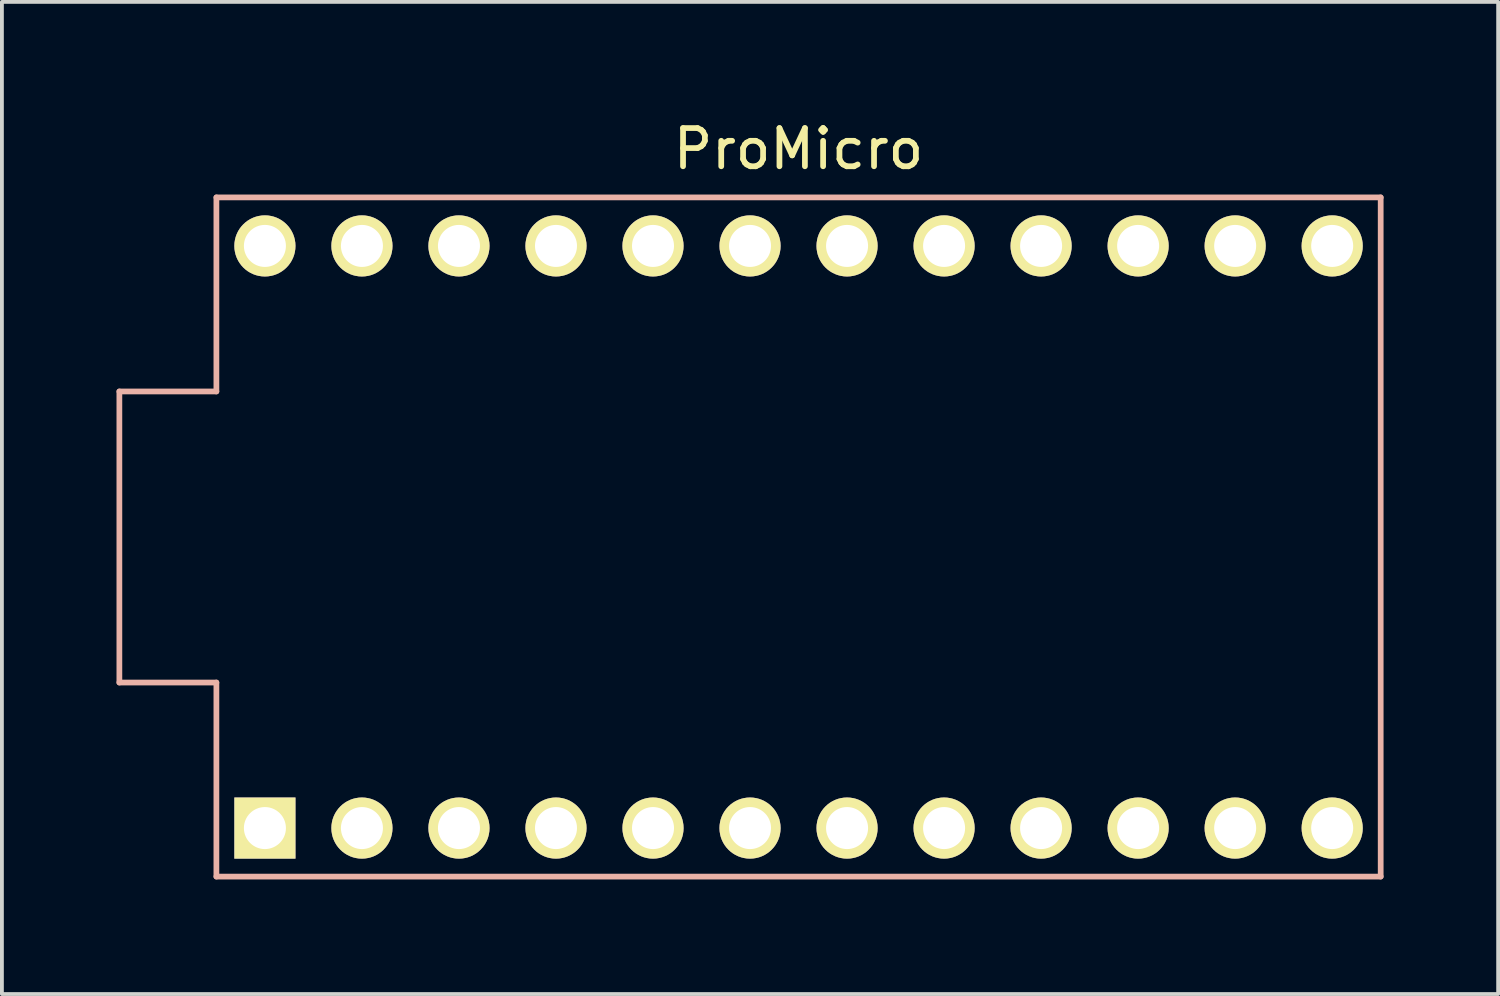
<source format=kicad_pcb>
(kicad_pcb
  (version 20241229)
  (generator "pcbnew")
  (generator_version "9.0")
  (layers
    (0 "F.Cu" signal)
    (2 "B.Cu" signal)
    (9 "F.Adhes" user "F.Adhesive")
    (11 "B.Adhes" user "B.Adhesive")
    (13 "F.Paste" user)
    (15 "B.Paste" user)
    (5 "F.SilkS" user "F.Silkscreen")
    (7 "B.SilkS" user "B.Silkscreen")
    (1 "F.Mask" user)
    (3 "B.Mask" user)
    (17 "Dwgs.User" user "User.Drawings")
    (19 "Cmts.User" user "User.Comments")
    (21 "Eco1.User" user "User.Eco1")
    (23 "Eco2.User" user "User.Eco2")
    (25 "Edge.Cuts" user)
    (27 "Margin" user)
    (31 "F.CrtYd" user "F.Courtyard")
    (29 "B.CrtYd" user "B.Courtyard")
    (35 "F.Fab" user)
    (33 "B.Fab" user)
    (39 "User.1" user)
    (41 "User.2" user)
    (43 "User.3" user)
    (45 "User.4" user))
  (footprint "ProMicro"
    (layer "F.Cu")
    (at 17.855 11.008)
    (property "Reference" "ProMicro" (at 0 -10.16 0) (layer "F.SilkS") (effects (font (size 1 1) (thickness 0.15))))
    (attr through_hole)
    (fp_line (start -17.78 -3.81) (end -15.24 -3.81) (stroke (width 0.15) (type solid)) (layer "B.SilkS"))
    (fp_line (start -17.78 3.81) (end -17.78 -3.81) (stroke (width 0.15) (type solid)) (layer "B.SilkS"))
    (fp_line (start -15.24 -8.89) (end 15.24 -8.89) (stroke (width 0.15) (type solid)) (layer "B.SilkS"))
    (fp_line (start -15.24 -3.81) (end -15.24 -8.89) (stroke (width 0.15) (type solid)) (layer "B.SilkS"))
    (fp_line (start -15.24 3.81) (end -17.78 3.81) (stroke (width 0.15) (type solid)) (layer "B.SilkS"))
    (fp_line (start -15.24 8.89) (end -15.24 3.81) (stroke (width 0.15) (type solid)) (layer "B.SilkS"))
    (fp_line (start -15.24 8.89) (end 15.24 8.89) (stroke (width 0.15) (type solid)) (layer "B.SilkS"))
    (fp_line (start 15.24 -8.89) (end 15.24 8.89) (stroke (width 0.15) (type solid)) (layer "B.SilkS"))
    (pad "1" thru_hole rect (at -13.97 7.62) (size 1.6 1.6) (drill 1.1) (layers "*.Cu" "*.Mask" "F.SilkS"))
    (pad "2" thru_hole circle (at -11.43 7.62) (size 1.6 1.6) (drill 1.1) (layers "*.Cu" "*.Mask" "F.SilkS"))
    (pad "3" thru_hole circle (at -8.89 7.62) (size 1.6 1.6) (drill 1.1) (layers "*.Cu" "*.Mask" "F.SilkS"))
    (pad "4" thru_hole circle (at -6.35 7.62) (size 1.6 1.6) (drill 1.1) (layers "*.Cu" "*.Mask" "F.SilkS"))
    (pad "5" thru_hole circle (at -3.81 7.62) (size 1.6 1.6) (drill 1.1) (layers "*.Cu" "*.Mask" "F.SilkS"))
    (pad "6" thru_hole circle (at -1.27 7.62) (size 1.6 1.6) (drill 1.1) (layers "*.Cu" "*.Mask" "F.SilkS"))
    (pad "7" thru_hole circle (at 1.27 7.62) (size 1.6 1.6) (drill 1.1) (layers "*.Cu" "*.Mask" "F.SilkS"))
    (pad "8" thru_hole circle (at 3.81 7.62) (size 1.6 1.6) (drill 1.1) (layers "*.Cu" "*.Mask" "F.SilkS"))
    (pad "9" thru_hole circle (at 6.35 7.62) (size 1.6 1.6) (drill 1.1) (layers "*.Cu" "*.Mask" "F.SilkS"))
    (pad "10" thru_hole circle (at 8.89 7.62) (size 1.6 1.6) (drill 1.1) (layers "*.Cu" "*.Mask" "F.SilkS"))
    (pad "11" thru_hole circle (at 11.43 7.62) (size 1.6 1.6) (drill 1.1) (layers "*.Cu" "*.Mask" "F.SilkS"))
    (pad "12" thru_hole circle (at 13.97 7.62) (size 1.6 1.6) (drill 1.1) (layers "*.Cu" "*.Mask" "F.SilkS"))
    (pad "13" thru_hole circle (at 13.97 -7.62) (size 1.6 1.6) (drill 1.1) (layers "*.Cu" "*.Mask" "F.SilkS"))
    (pad "14" thru_hole circle (at 11.43 -7.62) (size 1.6 1.6) (drill 1.1) (layers "*.Cu" "*.Mask" "F.SilkS"))
    (pad "15" thru_hole circle (at 8.89 -7.62) (size 1.6 1.6) (drill 1.1) (layers "*.Cu" "*.Mask" "F.SilkS"))
    (pad "16" thru_hole circle (at 6.35 -7.62) (size 1.6 1.6) (drill 1.1) (layers "*.Cu" "*.Mask" "F.SilkS"))
    (pad "17" thru_hole circle (at 3.81 -7.62) (size 1.6 1.6) (drill 1.1) (layers "*.Cu" "*.Mask" "F.SilkS"))
    (pad "18" thru_hole circle (at 1.27 -7.62) (size 1.6 1.6) (drill 1.1) (layers "*.Cu" "*.Mask" "F.SilkS"))
    (pad "19" thru_hole circle (at -1.27 -7.62) (size 1.6 1.6) (drill 1.1) (layers "*.Cu" "*.Mask" "F.SilkS"))
    (pad "20" thru_hole circle (at -3.81 -7.62) (size 1.6 1.6) (drill 1.1) (layers "*.Cu" "*.Mask" "F.SilkS"))
    (pad "21" thru_hole circle (at -6.35 -7.62) (size 1.6 1.6) (drill 1.1) (layers "*.Cu" "*.Mask" "F.SilkS"))
    (pad "22" thru_hole circle (at -8.89 -7.62) (size 1.6 1.6) (drill 1.1) (layers "*.Cu" "*.Mask" "F.SilkS"))
    (pad "23" thru_hole circle (at -11.43 -7.62) (size 1.6 1.6) (drill 1.1) (layers "*.Cu" "*.Mask" "F.SilkS"))
    (pad "24" thru_hole circle (at -13.97 -7.62) (size 1.6 1.6) (drill 1.1) (layers "*.Cu" "*.Mask" "F.SilkS")))
  (gr_rect
    (start -3 -3)
    (end 36.17 22.973)
    (stroke (width 0.1) (type default))
    (fill no)
    (layer "Edge.Cuts")))
</source>
